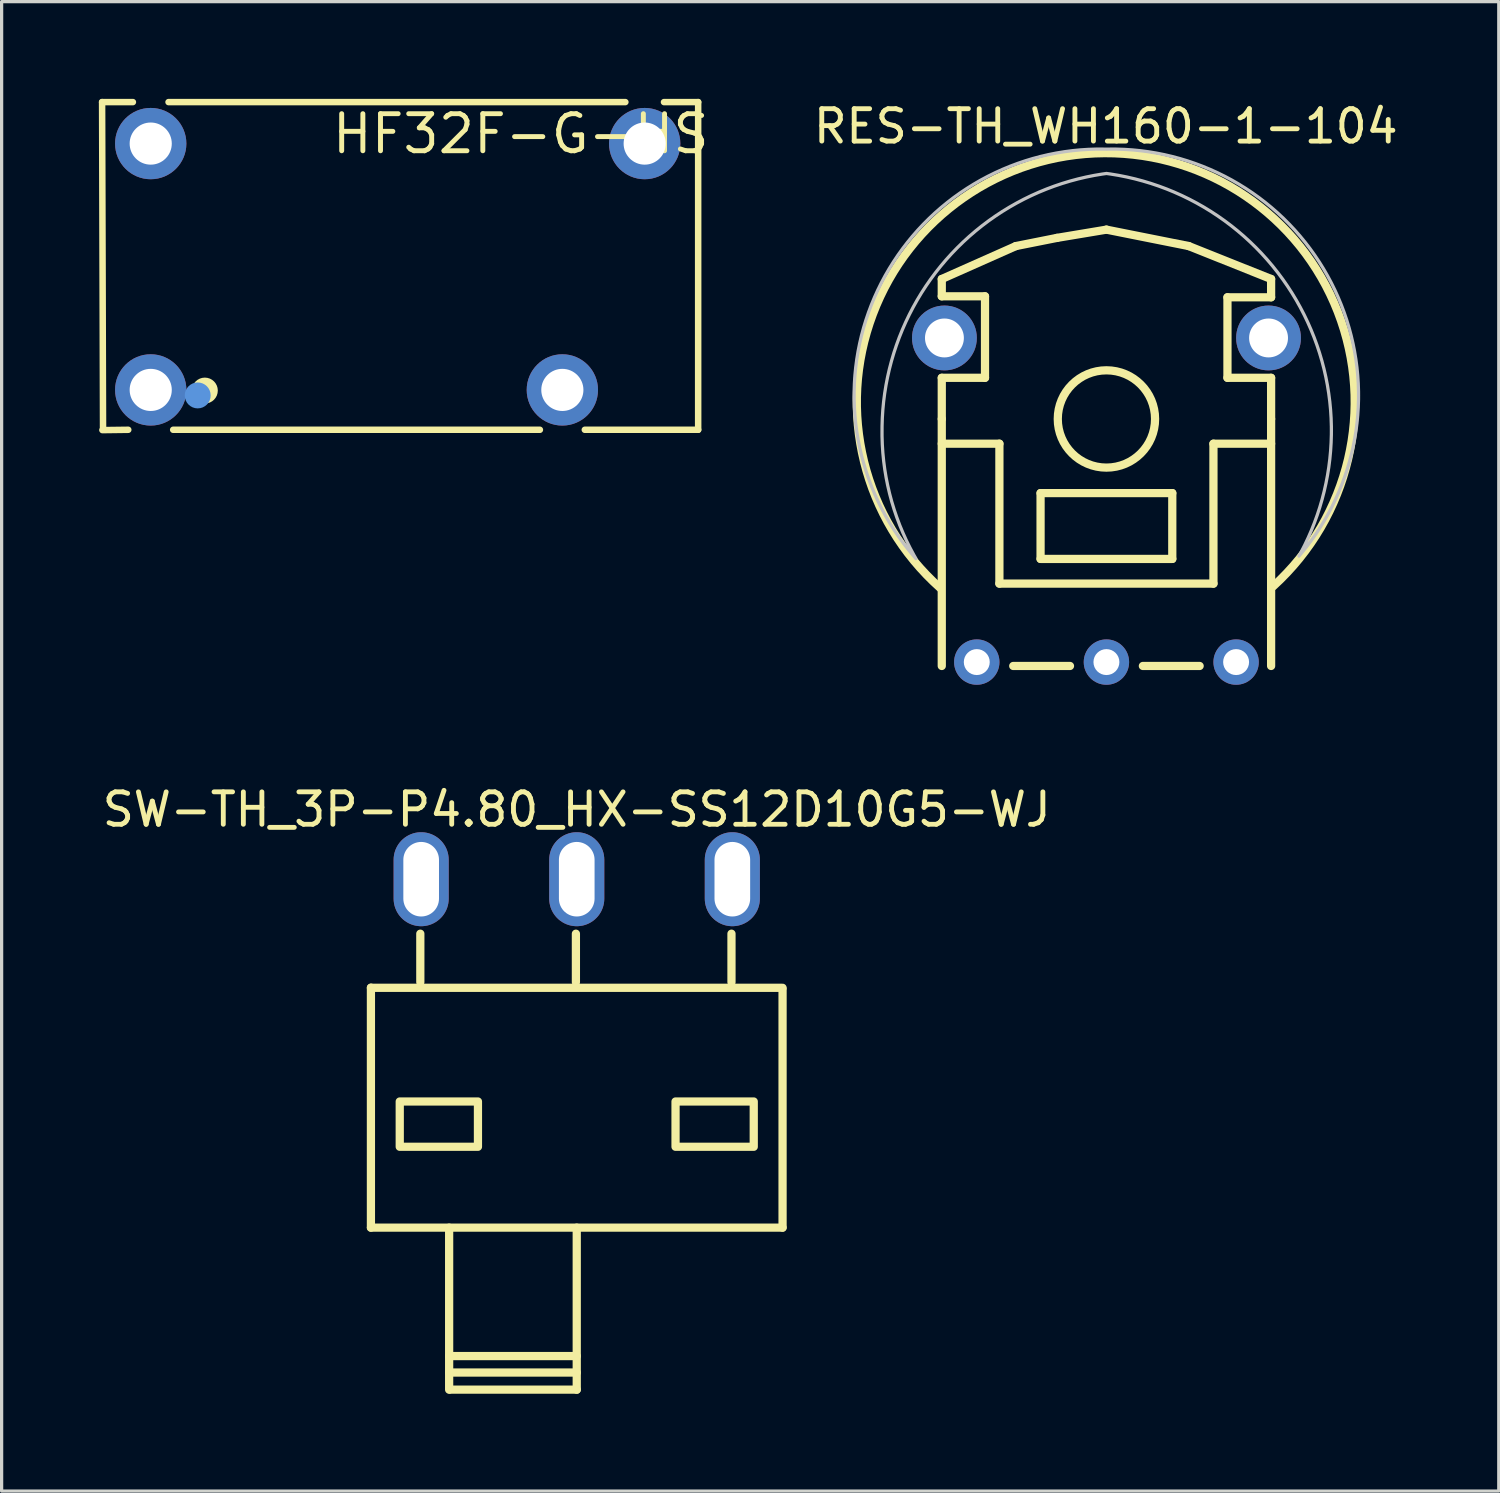
<source format=kicad_pcb>
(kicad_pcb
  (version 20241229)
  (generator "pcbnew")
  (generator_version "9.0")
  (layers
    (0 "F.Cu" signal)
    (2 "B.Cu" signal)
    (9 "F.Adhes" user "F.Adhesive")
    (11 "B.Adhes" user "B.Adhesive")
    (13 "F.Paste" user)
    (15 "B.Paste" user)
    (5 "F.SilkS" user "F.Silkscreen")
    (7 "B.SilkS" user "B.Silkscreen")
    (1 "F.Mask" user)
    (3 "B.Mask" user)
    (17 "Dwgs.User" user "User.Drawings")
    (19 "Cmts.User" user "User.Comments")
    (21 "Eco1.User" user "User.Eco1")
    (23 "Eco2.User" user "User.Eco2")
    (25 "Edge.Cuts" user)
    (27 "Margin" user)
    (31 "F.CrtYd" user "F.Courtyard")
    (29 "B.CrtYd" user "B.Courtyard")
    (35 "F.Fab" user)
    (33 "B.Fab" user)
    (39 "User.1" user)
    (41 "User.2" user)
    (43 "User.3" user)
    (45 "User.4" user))
  (footprint "RES-TH_WH160-1-104"
    (layer "F.Cu")
    (at 31.088 12.377)
    (property "Reference" "RES-TH_WH160-1-104" (at -0.022 -11.529 0) (layer "F.SilkS") (effects (font (size 1 1) (thickness 0.15))))
    (fp_line (start -5.082 -6.819) (end -2.796 -7.835) (stroke (width 0.254) (type default)) (layer "F.SilkS"))
    (fp_line (start -5.082 -6.285) (end -5.082 -6.819) (stroke (width 0.254) (type default)) (layer "F.SilkS"))
    (fp_line (start -5.082 -3.771) (end -3.748 -3.771) (stroke (width 0.254) (type default)) (layer "F.SilkS"))
    (fp_line (start -5.082 -2.501) (end -5.082 -3.771) (stroke (width 0.254) (type default)) (layer "F.SilkS"))
    (fp_line (start -5.082 -1.738) (end -3.304 -1.738) (stroke (width 0.254) (type default)) (layer "F.SilkS"))
    (fp_line (start -5.082 5.12) (end -5.082 -2.501) (stroke (width 0.254) (type default)) (layer "F.SilkS"))
    (fp_line (start -3.748 -6.285) (end -5.082 -6.285) (stroke (width 0.254) (type default)) (layer "F.SilkS"))
    (fp_line (start -3.748 -3.771) (end -3.748 -6.285) (stroke (width 0.254) (type default)) (layer "F.SilkS"))
    (fp_line (start -3.304 -1.738) (end -3.304 2.579) (stroke (width 0.254) (type default)) (layer "F.SilkS"))
    (fp_line (start -3.304 2.579) (end 3.3 2.579) (stroke (width 0.254) (type default)) (layer "F.SilkS"))
    (fp_line (start -2.877 5.12) (end -1.126 5.12) (stroke (width 0.254) (type default)) (layer "F.SilkS"))
    (fp_line (start -2.796 -7.835) (end -1.526 -8.088) (stroke (width 0.254) (type default)) (layer "F.SilkS"))
    (fp_line (start -2.034 -0.214) (end -2.034 1.817) (stroke (width 0.254) (type default)) (layer "F.SilkS"))
    (fp_line (start -2.034 1.817) (end 2.03 1.817) (stroke (width 0.254) (type default)) (layer "F.SilkS"))
    (fp_line (start -1.526 -8.088) (end -0.002 -8.342) (stroke (width 0.254) (type default)) (layer "F.SilkS"))
    (fp_line (start -0.002 -8.342) (end 2.538 -7.835) (stroke (width 0.254) (type default)) (layer "F.SilkS"))
    (fp_line (start 1.123 5.12) (end 2.874 5.12) (stroke (width 0.254) (type default)) (layer "F.SilkS"))
    (fp_line (start 2.03 -0.214) (end -2.034 -0.214) (stroke (width 0.254) (type default)) (layer "F.SilkS"))
    (fp_line (start 2.03 1.817) (end 2.03 -0.214) (stroke (width 0.254) (type default)) (layer "F.SilkS"))
    (fp_line (start 2.538 -7.835) (end 5.079 -6.819) (stroke (width 0.254) (type default)) (layer "F.SilkS"))
    (fp_line (start 3.3 -1.738) (end 5.079 -1.738) (stroke (width 0.254) (type default)) (layer "F.SilkS"))
    (fp_line (start 3.3 2.579) (end 3.3 -1.738) (stroke (width 0.254) (type default)) (layer "F.SilkS"))
    (fp_line (start 3.732 -6.255) (end 3.732 -3.771) (stroke (width 0.254) (type default)) (layer "F.SilkS"))
    (fp_line (start 3.732 -3.771) (end 5.079 -3.771) (stroke (width 0.254) (type default)) (layer "F.SilkS"))
    (fp_line (start 5.079 -6.819) (end 5.079 -6.255) (stroke (width 0.254) (type default)) (layer "F.SilkS"))
    (fp_line (start 5.079 -6.255) (end 3.732 -6.255) (stroke (width 0.254) (type default)) (layer "F.SilkS"))
    (fp_line (start 5.079 -3.771) (end 5.079 -2.501) (stroke (width 0.254) (type default)) (layer "F.SilkS"))
    (fp_line (start 5.079 -2.501) (end 5.079 5.12) (stroke (width 0.254) (type default)) (layer "F.SilkS"))
    (fp_arc (start -5.1275 2.7165) (mid -0.061116 -10.701946) (end 5.1415 2.664) (stroke (width 0.254) (type default)) (layer "F.SilkS"))
    (fp_circle (center -0.002 -2.501) (end 1.499 -2.501) (stroke (width 0.254) (type default)) (fill no) (layer "F.SilkS"))
    (fp_poly (pts (arc (start -6.9255 -2.0945) (mid -6.659256 -0.073974) (end -5.8785 1.8085)) (arc (start -5.8785 1.8085) (mid -7.293275 -0.534626) (end -7.7865 -3.227)) (arc (start -7.7865 -3.227) (mid -5.560512 -8.601012) (end -0.1865 -10.8275)) (xy 0 -10.825) (arc (start 0.176 -10.827) (mid 5.550012 -8.601012) (end 7.776 -3.227)) (arc (start 7.776 -3.227) (mid 7.301543 -0.583775) (end 5.9375 1.7295)) (arc (start 5.9375 1.7295) (mid 6.684284 -0.144386) (end 6.9385 -2.1455)) (arc (start 6.9385 -2.1455) (mid 4.958955 -7.413718) (end 0 -10.075)) (arc (start 0 -10.075) (mid -4.949987 -7.410618) (end -6.925 -2.1475))) (stroke (width 0.1) (type default)) (fill no) (layer "Dwgs.User"))
    (fp_poly (pts (xy -3.757 4.951) (xy -3.794 4.861) (xy -3.863 4.792) (xy -3.953 4.755) (xy -4.051 4.755) (xy -4.141 4.792) (xy -4.21 4.861) (xy -4.247 4.951) (xy -4.247 5.049) (xy -4.21 5.139) (xy -4.141 5.208) (xy -4.051 5.245) (xy -3.953 5.245) (xy -3.863 5.208) (xy -3.794 5.139) (xy -3.757 5.049)) (stroke (width 0.1) (type default)) (fill no) (layer "User.1"))
    (fp_poly (pts (xy 0.244 4.951) (xy 0.206 4.861) (xy 0.137 4.792) (xy 0.047 4.755) (xy -0.05 4.755) (xy -0.14 4.792) (xy -0.209 4.861) (xy -0.247 4.951) (xy -0.247 5.049) (xy -0.209 5.139) (xy -0.14 5.208) (xy -0.05 5.245) (xy 0.047 5.245) (xy 0.137 5.208) (xy 0.206 5.139) (xy 0.244 5.049)) (stroke (width 0.1) (type default)) (fill no) (layer "User.1"))
    (fp_poly (pts (xy 4.244 4.951) (xy 4.207 4.861) (xy 4.138 4.792) (xy 4.048 4.755) (xy 3.95 4.755) (xy 3.86 4.792) (xy 3.791 4.861) (xy 3.754 4.951) (xy 3.754 5.049) (xy 3.791 5.139) (xy 3.86 5.208) (xy 3.95 5.245) (xy 4.048 5.245) (xy 4.138 5.208) (xy 4.207 5.139) (xy 4.244 5.049)) (stroke (width 0.1) (type default)) (fill no) (layer "User.1"))
    (fp_poly (pts (xy -4.504 -5.065) (xy -4.538 -5.191) (xy -4.603 -5.304) (xy -4.696 -5.397) (xy -4.809 -5.462) (xy -4.935 -5.496) (xy -5.065 -5.496) (xy -5.191 -5.462) (xy -5.304 -5.397) (xy -5.397 -5.304) (xy -5.462 -5.191) (xy -5.496 -5.065) (xy -5.496 -4.935) (xy -5.462 -4.809) (xy -5.397 -4.696) (xy -5.304 -4.603) (xy -5.191 -4.538) (xy -5.065 -4.504) (xy -4.935 -4.504) (xy -4.809 -4.538) (xy -4.696 -4.603) (xy -4.603 -4.696) (xy -4.538 -4.809) (xy -4.504 -4.935)) (stroke (width 0.1) (type default)) (fill no) (layer "User.1"))
    (fp_poly (pts (xy 5.496 -5.065) (xy 5.462 -5.191) (xy 5.397 -5.304) (xy 5.304 -5.397) (xy 5.191 -5.462) (xy 5.065 -5.496) (xy 4.935 -5.496) (xy 4.809 -5.462) (xy 4.696 -5.397) (xy 4.603 -5.304) (xy 4.538 -5.191) (xy 4.504 -5.065) (xy 4.504 -4.935) (xy 4.538 -4.809) (xy 4.603 -4.696) (xy 4.696 -4.603) (xy 4.809 -4.538) (xy 4.935 -4.504) (xy 5.065 -4.504) (xy 5.191 -4.538) (xy 5.304 -4.603) (xy 5.397 -4.696) (xy 5.462 -4.809) (xy 5.496 -4.935)) (stroke (width 0.1) (type default)) (fill no) (layer "User.1"))
    (fp_line (start -5 5) (end -5 3.14) (stroke (width 0.051) (type default)) (layer "User.2"))
    (fp_line (start -0.005 -10.665) (end 0.005 -10.665) (stroke (width 0.051) (type default)) (layer "User.2"))
    (fp_line (start 5 3.14) (end 5 5) (stroke (width 0.051) (type default)) (layer "User.2"))
    (fp_line (start 5 5) (end -5 5) (stroke (width 0.051) (type default)) (layer "User.2"))
    (fp_arc (start -7.7495 -2.669) (mid -5.495976 -8.234789) (end -0.005 -10.665) (stroke (width 0.051) (type default)) (layer "User.2"))
    (fp_arc (start -5 3.14) (mid -6.983565 0.523698) (end -7.7495 -2.669) (stroke (width 0.051) (type default)) (layer "User.2"))
    (fp_arc (start 0.005 -10.665) (mid 5.496034 -8.234846) (end 7.7495 -2.669) (stroke (width 0.051) (type default)) (layer "User.2"))
    (fp_arc (start 7.7495 -2.669) (mid 6.983644 0.523674) (end 5 3.14) (stroke (width 0.051) (type default)) (layer "User.2"))
    (fp_poly (pts (xy -7.694 5.227) (xy -7.727 5.195) (xy -7.772 5.195) (xy -7.805 5.227) (xy -7.805 5.273) (xy -7.772 5.305) (xy -7.727 5.305) (xy -7.694 5.273)) (stroke (width 0.1) (type default)) (fill no) (layer "User.3"))
    (pad "1" thru_hole circle (at -4.002 5) (size 1.4 1.4) (drill 0.8) (layers "*.Cu" "*.Mask"))
    (pad "2" thru_hole circle (at -0.002 5) (size 1.4 1.4) (drill 0.8) (layers "*.Cu" "*.Mask"))
    (pad "3" thru_hole circle (at 3.999 5) (size 1.4 1.4) (drill 0.8) (layers "*.Cu" "*.Mask"))
    (pad "4" thru_hole circle (at -5 -5) (size 2 2) (drill 1.2) (layers "*.Cu" "*.Mask"))
    (pad "5" thru_hole circle (at 5 -5) (size 2 2) (drill 1.2) (layers "*.Cu" "*.Mask")))
  (footprint "HF32F-G-HS"
    (layer "F.Cu")
    (at 9.22 5.18)
    (property "Reference" "HF32F-G-HS" (at -2.1 -4.1 0) (layer "F.SilkS") (effects (font (size 1.143 1.143) (thickness 0.152)) (justify left)))
    (attr through_hole)
    (fp_line (start -9.12 -5.08) (end -9.091 5.03) (stroke (width 0.2) (type solid)) (layer "F.SilkS"))
    (fp_line (start -9.11 5.04) (end -8.313 5.03) (stroke (width 0.2) (type solid)) (layer "F.SilkS"))
    (fp_line (start -8.17 -5.08) (end -9.12 -5.08) (stroke (width 0.2) (type solid)) (layer "F.SilkS"))
    (fp_line (start -6.927 5.03) (end 4.387 5.03) (stroke (width 0.2) (type solid)) (layer "F.SilkS"))
    (fp_line (start 5.773 5.03) (end 9.27 5.03) (stroke (width 0.2) (type solid)) (layer "F.SilkS"))
    (fp_line (start 7.024 -5.08) (end -7.07 -5.08) (stroke (width 0.2) (type solid)) (layer "F.SilkS"))
    (fp_line (start 9.27 -5.08) (end 8.216 -5.08) (stroke (width 0.2) (type solid)) (layer "F.SilkS"))
    (fp_line (start 9.27 5.03) (end 9.27 -5.08) (stroke (width 0.2) (type solid)) (layer "F.SilkS"))
    (fp_circle (center -5.95 3.82) (end -5.75 3.82) (stroke (width 0.4) (type solid)) (fill no) (layer "F.SilkS"))
    (fp_circle (center -6.17 3.97) (end -5.97 3.97) (stroke (width 0.4) (type solid)) (fill no) (layer "Cmts.User"))
    (pad "1" thru_hole circle (at -7.62 3.8) (size 2.2 2.2) (drill 1.3) (layers "*.Cu" "*.Paste" "*.Mask"))
    (pad "2" thru_hole circle (at -7.62 -3.8) (size 2.2 2.2) (drill 1.3) (layers "*.Cu" "*.Paste" "*.Mask"))
    (pad "3" thru_hole circle (at 7.62 -3.8) (size 2.2 2.2) (drill 1.3) (layers "*.Cu" "*.Paste" "*.Mask"))
    (pad "4" thru_hole circle (at 5.08 3.8) (size 2.2 2.2) (drill 1.3) (layers "*.Cu" "*.Paste" "*.Mask")))
  (footprint "SW-TH_3P-P4.80_HX-SS12D10G5-WJ"
    (layer "F.Cu")
    (at 14.744 24.076)
    (property "Reference" "SW-TH_3P-P4.80_HX-SS12D10G5-WJ" (at 0 -2.15 0) (layer "F.SilkS") (effects (font (size 1 1) (thickness 0.15))))
    (fp_line (start -6.35 3.345) (end -6.35 10.75) (stroke (width 0.254) (type default)) (layer "F.SilkS"))
    (fp_line (start -6.35 10.75) (end 6.35 10.75) (stroke (width 0.254) (type default)) (layer "F.SilkS"))
    (fp_line (start -4.826 1.681) (end -4.826 3.175) (stroke (width 0.254) (type default)) (layer "F.SilkS"))
    (fp_line (start -3.937 10.75) (end -3.937 15.75) (stroke (width 0.254) (type default)) (layer "F.SilkS"))
    (fp_line (start -3.937 14.712) (end 0 14.712) (stroke (width 0.254) (type default)) (layer "F.SilkS"))
    (fp_line (start -3.937 15.22) (end 0 15.22) (stroke (width 0.254) (type default)) (layer "F.SilkS"))
    (fp_line (start -0.026 1.681) (end -0.026 3.175) (stroke (width 0.254) (type default)) (layer "F.SilkS"))
    (fp_line (start 0 10.75) (end 0 15.75) (stroke (width 0.254) (type default)) (layer "F.SilkS"))
    (fp_line (start 0 15.748) (end -3.9 15.748) (stroke (width 0.254) (type default)) (layer "F.SilkS"))
    (fp_line (start 4.774 1.681) (end 4.774 3.175) (stroke (width 0.254) (type default)) (layer "F.SilkS"))
    (fp_line (start 6.35 3.35) (end -6.35 3.35) (stroke (width 0.254) (type default)) (layer "F.SilkS"))
    (fp_line (start 6.35 3.395) (end 6.35 10.75) (stroke (width 0.254) (type default)) (layer "F.SilkS"))
    (fp_rect (start -5.461 6.858) (end -3.048 8.255) (stroke (width 0.254) (type default)) (fill no) (layer "F.SilkS"))
    (fp_rect (start 3.048 6.858) (end 5.461 8.255) (stroke (width 0.254) (type default)) (fill no) (layer "F.SilkS"))
    (fp_poly (pts (xy -6.295 3.327) (xy -6.327 3.295) (xy -6.373 3.295) (xy -6.405 3.327) (xy -6.405 3.373) (xy -6.373 3.405) (xy -6.327 3.405) (xy -6.295 3.373)) (stroke (width 0.1) (type default)) (fill no) (layer "User.3"))
    (pad "1" thru_hole oval (at -4.8 0) (size 1.7 2.9) (drill oval 1.1 2.3) (layers "*.Cu" "*.Mask"))
    (pad "2" thru_hole oval (at 0 0) (size 1.7 2.9) (drill oval 1.1 2.3) (layers "*.Cu" "*.Mask"))
    (pad "3" thru_hole oval (at 4.8 0) (size 1.7 2.9) (drill oval 1.1 2.3) (layers "*.Cu" "*.Mask")))
  (gr_rect
    (start -3 -3)
    (end 43.191 42.953)
    (stroke (width 0.1) (type default))
    (fill no)
    (layer "Edge.Cuts")))
</source>
